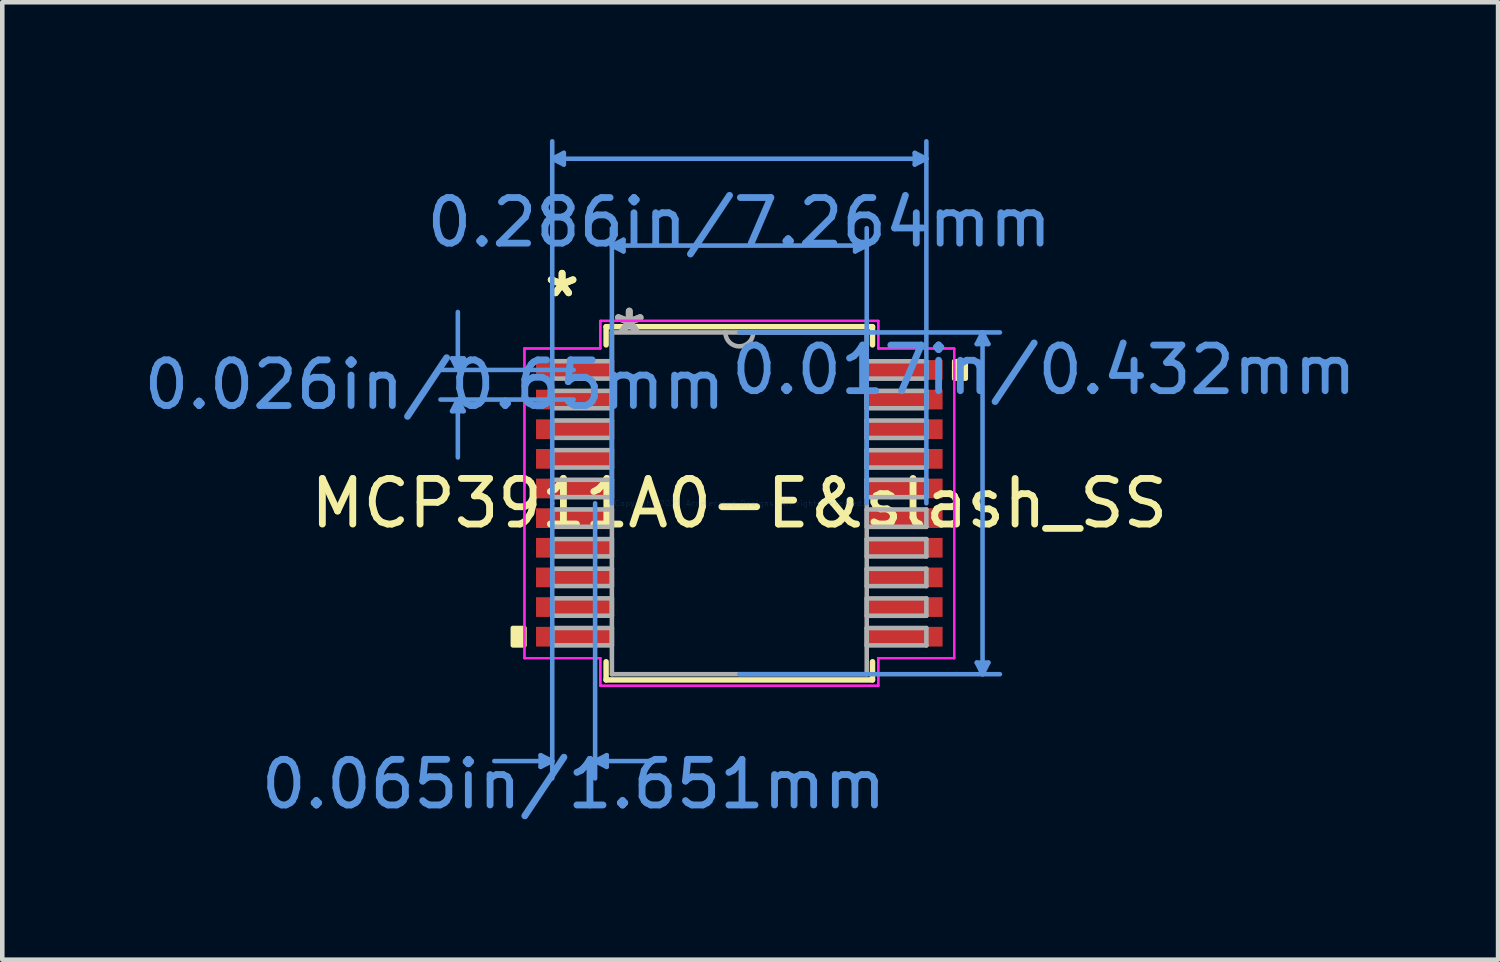
<source format=kicad_pcb>
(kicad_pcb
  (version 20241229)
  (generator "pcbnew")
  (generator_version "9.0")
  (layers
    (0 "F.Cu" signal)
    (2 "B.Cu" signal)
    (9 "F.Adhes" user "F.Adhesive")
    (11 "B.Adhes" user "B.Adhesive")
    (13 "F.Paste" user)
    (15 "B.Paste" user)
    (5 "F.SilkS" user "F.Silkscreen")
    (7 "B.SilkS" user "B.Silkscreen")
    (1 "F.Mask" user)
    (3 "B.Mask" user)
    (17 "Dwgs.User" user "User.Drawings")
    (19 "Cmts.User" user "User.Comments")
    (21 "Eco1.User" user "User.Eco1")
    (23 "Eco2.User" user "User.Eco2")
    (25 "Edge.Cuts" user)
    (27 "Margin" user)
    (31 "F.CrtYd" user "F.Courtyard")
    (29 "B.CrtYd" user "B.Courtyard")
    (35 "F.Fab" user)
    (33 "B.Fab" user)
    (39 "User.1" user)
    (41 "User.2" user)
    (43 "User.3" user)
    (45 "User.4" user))
  (footprint "MCP3911A0-E&slash_SS"
    (layer "F.Cu")
    (at 13.162 7.987)
    (property "Reference" "MCP3911A0-E&slash_SS" (at 0 0 0) (layer "F.SilkS") (effects (font (size 1 1) (thickness 0.15))))
    (attr through_hole)
    (fp_line (start -2.921 -3.873) (end -2.921 -3.474) (stroke (width 0.12) (type solid)) (layer "F.SilkS"))
    (fp_line (start -2.921 3.474) (end -2.921 3.873) (stroke (width 0.12) (type solid)) (layer "F.SilkS"))
    (fp_line (start -2.921 3.873) (end 2.921 3.873) (stroke (width 0.12) (type solid)) (layer "F.SilkS"))
    (fp_line (start 2.921 -3.873) (end -2.921 -3.873) (stroke (width 0.12) (type solid)) (layer "F.SilkS"))
    (fp_line (start 2.921 -3.474) (end 2.921 -3.873) (stroke (width 0.12) (type solid)) (layer "F.SilkS"))
    (fp_line (start 2.921 3.873) (end 2.921 3.474) (stroke (width 0.12) (type solid)) (layer "F.SilkS"))
    (fp_poly (pts (xy -4.966 2.734) (xy -4.966 3.115) (xy -4.712 3.115) (xy -4.712 2.734)) (stroke (width 0.1) (type solid)) (fill yes) (layer "F.SilkS"))
    (fp_poly (pts (xy 4.966 -3.115) (xy 4.966 -2.734) (xy 4.712 -2.734) (xy 4.712 -3.115)) (stroke (width 0.1) (type solid)) (fill yes) (layer "F.SilkS"))
    (fp_line (start -6.299 -3.179) (end -6.045 -3.179) (stroke (width 0.1) (type solid)) (layer "Cmts.User"))
    (fp_line (start -6.299 -2.021) (end -6.045 -2.021) (stroke (width 0.1) (type solid)) (layer "Cmts.User"))
    (fp_line (start -6.172 -2.925) (end -6.299 -3.179) (stroke (width 0.1) (type solid)) (layer "Cmts.User"))
    (fp_line (start -6.172 -2.925) (end -6.172 -4.195) (stroke (width 0.1) (type solid)) (layer "Cmts.User"))
    (fp_line (start -6.172 -2.925) (end -6.045 -3.179) (stroke (width 0.1) (type solid)) (layer "Cmts.User"))
    (fp_line (start -6.172 -2.275) (end -6.299 -2.021) (stroke (width 0.1) (type solid)) (layer "Cmts.User"))
    (fp_line (start -6.172 -2.275) (end -6.172 -1.005) (stroke (width 0.1) (type solid)) (layer "Cmts.User"))
    (fp_line (start -6.172 -2.275) (end -6.045 -2.021) (stroke (width 0.1) (type solid)) (layer "Cmts.User"))
    (fp_line (start -4.356 5.524) (end -4.356 5.779) (stroke (width 0.1) (type solid)) (layer "Cmts.User"))
    (fp_line (start -4.102 -7.556) (end -3.848 -7.684) (stroke (width 0.1) (type solid)) (layer "Cmts.User"))
    (fp_line (start -4.102 -7.556) (end -3.848 -7.429) (stroke (width 0.1) (type solid)) (layer "Cmts.User"))
    (fp_line (start -4.102 -7.556) (end 4.102 -7.556) (stroke (width 0.1) (type solid)) (layer "Cmts.User"))
    (fp_line (start -4.102 0) (end -4.102 -7.938) (stroke (width 0.1) (type solid)) (layer "Cmts.User"))
    (fp_line (start -4.102 0) (end -4.102 6.032) (stroke (width 0.1) (type solid)) (layer "Cmts.User"))
    (fp_line (start -4.102 5.652) (end -5.372 5.652) (stroke (width 0.1) (type solid)) (layer "Cmts.User"))
    (fp_line (start -4.102 5.652) (end -4.356 5.524) (stroke (width 0.1) (type solid)) (layer "Cmts.User"))
    (fp_line (start -4.102 5.652) (end -4.356 5.779) (stroke (width 0.1) (type solid)) (layer "Cmts.User"))
    (fp_line (start -3.848 -7.684) (end -3.848 -7.429) (stroke (width 0.1) (type solid)) (layer "Cmts.User"))
    (fp_line (start -3.632 -2.925) (end -6.553 -2.925) (stroke (width 0.1) (type solid)) (layer "Cmts.User"))
    (fp_line (start -3.632 -2.275) (end -6.553 -2.275) (stroke (width 0.1) (type solid)) (layer "Cmts.User"))
    (fp_line (start -3.162 0) (end -3.162 6.032) (stroke (width 0.1) (type solid)) (layer "Cmts.User"))
    (fp_line (start -3.162 5.652) (end -2.908 5.524) (stroke (width 0.1) (type solid)) (layer "Cmts.User"))
    (fp_line (start -3.162 5.652) (end -2.908 5.779) (stroke (width 0.1) (type solid)) (layer "Cmts.User"))
    (fp_line (start -3.162 5.652) (end -1.892 5.652) (stroke (width 0.1) (type solid)) (layer "Cmts.User"))
    (fp_line (start -2.908 5.524) (end -2.908 5.779) (stroke (width 0.1) (type solid)) (layer "Cmts.User"))
    (fp_line (start -2.794 -5.652) (end -2.54 -5.779) (stroke (width 0.1) (type solid)) (layer "Cmts.User"))
    (fp_line (start -2.794 -5.652) (end -2.54 -5.524) (stroke (width 0.1) (type solid)) (layer "Cmts.User"))
    (fp_line (start -2.794 -5.652) (end 2.794 -5.652) (stroke (width 0.1) (type solid)) (layer "Cmts.User"))
    (fp_line (start -2.794 0) (end -2.794 -6.032) (stroke (width 0.1) (type solid)) (layer "Cmts.User"))
    (fp_line (start -2.54 -5.779) (end -2.54 -5.524) (stroke (width 0.1) (type solid)) (layer "Cmts.User"))
    (fp_line (start 0 -3.747) (end 5.715 -3.747) (stroke (width 0.1) (type solid)) (layer "Cmts.User"))
    (fp_line (start 0 3.747) (end 5.715 3.747) (stroke (width 0.1) (type solid)) (layer "Cmts.User"))
    (fp_line (start 2.54 -5.779) (end 2.54 -5.524) (stroke (width 0.1) (type solid)) (layer "Cmts.User"))
    (fp_line (start 2.794 -5.652) (end 2.54 -5.779) (stroke (width 0.1) (type solid)) (layer "Cmts.User"))
    (fp_line (start 2.794 -5.652) (end 2.54 -5.524) (stroke (width 0.1) (type solid)) (layer "Cmts.User"))
    (fp_line (start 2.794 0) (end 2.794 -6.032) (stroke (width 0.1) (type solid)) (layer "Cmts.User"))
    (fp_line (start 3.848 -7.684) (end 3.848 -7.429) (stroke (width 0.1) (type solid)) (layer "Cmts.User"))
    (fp_line (start 4.102 -7.556) (end 3.848 -7.684) (stroke (width 0.1) (type solid)) (layer "Cmts.User"))
    (fp_line (start 4.102 -7.556) (end 3.848 -7.429) (stroke (width 0.1) (type solid)) (layer "Cmts.User"))
    (fp_line (start 4.102 0) (end 4.102 -7.938) (stroke (width 0.1) (type solid)) (layer "Cmts.User"))
    (fp_line (start 5.207 -3.493) (end 5.461 -3.493) (stroke (width 0.1) (type solid)) (layer "Cmts.User"))
    (fp_line (start 5.207 3.493) (end 5.461 3.493) (stroke (width 0.1) (type solid)) (layer "Cmts.User"))
    (fp_line (start 5.334 -3.747) (end 5.207 -3.493) (stroke (width 0.1) (type solid)) (layer "Cmts.User"))
    (fp_line (start 5.334 -3.747) (end 5.334 3.747) (stroke (width 0.1) (type solid)) (layer "Cmts.User"))
    (fp_line (start 5.334 -3.747) (end 5.461 -3.493) (stroke (width 0.1) (type solid)) (layer "Cmts.User"))
    (fp_line (start 5.334 3.747) (end 5.207 3.493) (stroke (width 0.1) (type solid)) (layer "Cmts.User"))
    (fp_line (start 5.334 3.747) (end 5.461 3.493) (stroke (width 0.1) (type solid)) (layer "Cmts.User"))
    (fp_line (start -4.712 -3.395) (end -3.048 -3.395) (stroke (width 0.05) (type solid)) (layer "F.CrtYd"))
    (fp_line (start -4.712 -3.395) (end -3.048 -3.395) (stroke (width 0.05) (type solid)) (layer "F.CrtYd"))
    (fp_line (start -4.712 3.395) (end -4.712 -3.395) (stroke (width 0.05) (type solid)) (layer "F.CrtYd"))
    (fp_line (start -4.712 3.395) (end -4.712 -3.395) (stroke (width 0.05) (type solid)) (layer "F.CrtYd"))
    (fp_line (start -4.712 3.395) (end -3.048 3.395) (stroke (width 0.05) (type solid)) (layer "F.CrtYd"))
    (fp_line (start -3.048 -4) (end 3.048 -4) (stroke (width 0.05) (type solid)) (layer "F.CrtYd"))
    (fp_line (start -3.048 -4) (end 3.048 -4) (stroke (width 0.05) (type solid)) (layer "F.CrtYd"))
    (fp_line (start -3.048 -3.395) (end -3.048 -4) (stroke (width 0.05) (type solid)) (layer "F.CrtYd"))
    (fp_line (start -3.048 -3.395) (end -3.048 -4) (stroke (width 0.05) (type solid)) (layer "F.CrtYd"))
    (fp_line (start -3.048 3.395) (end -4.712 3.395) (stroke (width 0.05) (type solid)) (layer "F.CrtYd"))
    (fp_line (start -3.048 4) (end -3.048 3.395) (stroke (width 0.05) (type solid)) (layer "F.CrtYd"))
    (fp_line (start -3.048 4) (end -3.048 3.395) (stroke (width 0.05) (type solid)) (layer "F.CrtYd"))
    (fp_line (start 3.048 -4) (end 3.048 -3.395) (stroke (width 0.05) (type solid)) (layer "F.CrtYd"))
    (fp_line (start 3.048 -4) (end 3.048 -3.395) (stroke (width 0.05) (type solid)) (layer "F.CrtYd"))
    (fp_line (start 3.048 -3.395) (end 4.712 -3.395) (stroke (width 0.05) (type solid)) (layer "F.CrtYd"))
    (fp_line (start 3.048 3.395) (end 3.048 4) (stroke (width 0.05) (type solid)) (layer "F.CrtYd"))
    (fp_line (start 3.048 3.395) (end 3.048 4) (stroke (width 0.05) (type solid)) (layer "F.CrtYd"))
    (fp_line (start 3.048 4) (end -3.048 4) (stroke (width 0.05) (type solid)) (layer "F.CrtYd"))
    (fp_line (start 3.048 4) (end -3.048 4) (stroke (width 0.05) (type solid)) (layer "F.CrtYd"))
    (fp_line (start 4.712 -3.395) (end 3.048 -3.395) (stroke (width 0.05) (type solid)) (layer "F.CrtYd"))
    (fp_line (start 4.712 -3.395) (end 4.712 3.395) (stroke (width 0.05) (type solid)) (layer "F.CrtYd"))
    (fp_line (start 4.712 -3.395) (end 4.712 3.395) (stroke (width 0.05) (type solid)) (layer "F.CrtYd"))
    (fp_line (start 4.712 3.395) (end 3.048 3.395) (stroke (width 0.05) (type solid)) (layer "F.CrtYd"))
    (fp_line (start 4.712 3.395) (end 3.048 3.395) (stroke (width 0.05) (type solid)) (layer "F.CrtYd"))
    (fp_line (start -4.102 -3.116) (end -4.102 -2.735) (stroke (width 0.1) (type solid)) (layer "F.Fab"))
    (fp_line (start -4.102 -2.735) (end -2.794 -2.735) (stroke (width 0.1) (type solid)) (layer "F.Fab"))
    (fp_line (start -4.102 -2.466) (end -4.102 -2.084) (stroke (width 0.1) (type solid)) (layer "F.Fab"))
    (fp_line (start -4.102 -2.084) (end -2.794 -2.084) (stroke (width 0.1) (type solid)) (layer "F.Fab"))
    (fp_line (start -4.102 -1.816) (end -4.102 -1.435) (stroke (width 0.1) (type solid)) (layer "F.Fab"))
    (fp_line (start -4.102 -1.435) (end -2.794 -1.435) (stroke (width 0.1) (type solid)) (layer "F.Fab"))
    (fp_line (start -4.102 -1.166) (end -4.102 -0.785) (stroke (width 0.1) (type solid)) (layer "F.Fab"))
    (fp_line (start -4.102 -0.785) (end -2.794 -0.785) (stroke (width 0.1) (type solid)) (layer "F.Fab"))
    (fp_line (start -4.102 -0.516) (end -4.102 -0.135) (stroke (width 0.1) (type solid)) (layer "F.Fab"))
    (fp_line (start -4.102 -0.135) (end -2.794 -0.135) (stroke (width 0.1) (type solid)) (layer "F.Fab"))
    (fp_line (start -4.102 0.134) (end -4.102 0.515) (stroke (width 0.1) (type solid)) (layer "F.Fab"))
    (fp_line (start -4.102 0.515) (end -2.794 0.515) (stroke (width 0.1) (type solid)) (layer "F.Fab"))
    (fp_line (start -4.102 0.784) (end -4.102 1.165) (stroke (width 0.1) (type solid)) (layer "F.Fab"))
    (fp_line (start -4.102 1.165) (end -2.794 1.165) (stroke (width 0.1) (type solid)) (layer "F.Fab"))
    (fp_line (start -4.102 1.434) (end -4.102 1.815) (stroke (width 0.1) (type solid)) (layer "F.Fab"))
    (fp_line (start -4.102 1.815) (end -2.794 1.815) (stroke (width 0.1) (type solid)) (layer "F.Fab"))
    (fp_line (start -4.102 2.084) (end -4.102 2.465) (stroke (width 0.1) (type solid)) (layer "F.Fab"))
    (fp_line (start -4.102 2.465) (end -2.794 2.465) (stroke (width 0.1) (type solid)) (layer "F.Fab"))
    (fp_line (start -4.102 2.734) (end -4.102 3.115) (stroke (width 0.1) (type solid)) (layer "F.Fab"))
    (fp_line (start -4.102 3.115) (end -2.794 3.115) (stroke (width 0.1) (type solid)) (layer "F.Fab"))
    (fp_line (start -2.794 -3.747) (end -2.794 3.747) (stroke (width 0.1) (type solid)) (layer "F.Fab"))
    (fp_line (start -2.794 -3.116) (end -4.102 -3.116) (stroke (width 0.1) (type solid)) (layer "F.Fab"))
    (fp_line (start -2.794 -2.735) (end -2.794 -3.116) (stroke (width 0.1) (type solid)) (layer "F.Fab"))
    (fp_line (start -2.794 -2.466) (end -4.102 -2.466) (stroke (width 0.1) (type solid)) (layer "F.Fab"))
    (fp_line (start -2.794 -2.084) (end -2.794 -2.466) (stroke (width 0.1) (type solid)) (layer "F.Fab"))
    (fp_line (start -2.794 -1.816) (end -4.102 -1.816) (stroke (width 0.1) (type solid)) (layer "F.Fab"))
    (fp_line (start -2.794 -1.435) (end -2.794 -1.816) (stroke (width 0.1) (type solid)) (layer "F.Fab"))
    (fp_line (start -2.794 -1.166) (end -4.102 -1.166) (stroke (width 0.1) (type solid)) (layer "F.Fab"))
    (fp_line (start -2.794 -0.785) (end -2.794 -1.166) (stroke (width 0.1) (type solid)) (layer "F.Fab"))
    (fp_line (start -2.794 -0.516) (end -4.102 -0.516) (stroke (width 0.1) (type solid)) (layer "F.Fab"))
    (fp_line (start -2.794 -0.135) (end -2.794 -0.516) (stroke (width 0.1) (type solid)) (layer "F.Fab"))
    (fp_line (start -2.794 0.134) (end -4.102 0.134) (stroke (width 0.1) (type solid)) (layer "F.Fab"))
    (fp_line (start -2.794 0.515) (end -2.794 0.134) (stroke (width 0.1) (type solid)) (layer "F.Fab"))
    (fp_line (start -2.794 0.784) (end -4.102 0.784) (stroke (width 0.1) (type solid)) (layer "F.Fab"))
    (fp_line (start -2.794 1.165) (end -2.794 0.784) (stroke (width 0.1) (type solid)) (layer "F.Fab"))
    (fp_line (start -2.794 1.434) (end -4.102 1.434) (stroke (width 0.1) (type solid)) (layer "F.Fab"))
    (fp_line (start -2.794 1.815) (end -2.794 1.434) (stroke (width 0.1) (type solid)) (layer "F.Fab"))
    (fp_line (start -2.794 2.084) (end -4.102 2.084) (stroke (width 0.1) (type solid)) (layer "F.Fab"))
    (fp_line (start -2.794 2.465) (end -2.794 2.084) (stroke (width 0.1) (type solid)) (layer "F.Fab"))
    (fp_line (start -2.794 2.734) (end -4.102 2.734) (stroke (width 0.1) (type solid)) (layer "F.Fab"))
    (fp_line (start -2.794 3.115) (end -2.794 2.734) (stroke (width 0.1) (type solid)) (layer "F.Fab"))
    (fp_line (start -2.794 3.747) (end 2.794 3.747) (stroke (width 0.1) (type solid)) (layer "F.Fab"))
    (fp_line (start 2.794 -3.747) (end -2.794 -3.747) (stroke (width 0.1) (type solid)) (layer "F.Fab"))
    (fp_line (start 2.794 -3.115) (end 2.794 -2.734) (stroke (width 0.1) (type solid)) (layer "F.Fab"))
    (fp_line (start 2.794 -2.734) (end 4.102 -2.734) (stroke (width 0.1) (type solid)) (layer "F.Fab"))
    (fp_line (start 2.794 -2.465) (end 2.794 -2.084) (stroke (width 0.1) (type solid)) (layer "F.Fab"))
    (fp_line (start 2.794 -2.084) (end 4.102 -2.084) (stroke (width 0.1) (type solid)) (layer "F.Fab"))
    (fp_line (start 2.794 -1.815) (end 2.794 -1.434) (stroke (width 0.1) (type solid)) (layer "F.Fab"))
    (fp_line (start 2.794 -1.434) (end 4.102 -1.434) (stroke (width 0.1) (type solid)) (layer "F.Fab"))
    (fp_line (start 2.794 -1.165) (end 2.794 -0.784) (stroke (width 0.1) (type solid)) (layer "F.Fab"))
    (fp_line (start 2.794 -0.784) (end 4.102 -0.784) (stroke (width 0.1) (type solid)) (layer "F.Fab"))
    (fp_line (start 2.794 -0.515) (end 2.794 -0.134) (stroke (width 0.1) (type solid)) (layer "F.Fab"))
    (fp_line (start 2.794 -0.134) (end 4.102 -0.134) (stroke (width 0.1) (type solid)) (layer "F.Fab"))
    (fp_line (start 2.794 0.135) (end 2.794 0.516) (stroke (width 0.1) (type solid)) (layer "F.Fab"))
    (fp_line (start 2.794 0.516) (end 4.102 0.516) (stroke (width 0.1) (type solid)) (layer "F.Fab"))
    (fp_line (start 2.794 0.785) (end 2.794 1.166) (stroke (width 0.1) (type solid)) (layer "F.Fab"))
    (fp_line (start 2.794 1.166) (end 4.102 1.166) (stroke (width 0.1) (type solid)) (layer "F.Fab"))
    (fp_line (start 2.794 1.435) (end 2.794 1.816) (stroke (width 0.1) (type solid)) (layer "F.Fab"))
    (fp_line (start 2.794 1.816) (end 4.102 1.816) (stroke (width 0.1) (type solid)) (layer "F.Fab"))
    (fp_line (start 2.794 2.085) (end 2.794 2.466) (stroke (width 0.1) (type solid)) (layer "F.Fab"))
    (fp_line (start 2.794 2.466) (end 4.102 2.466) (stroke (width 0.1) (type solid)) (layer "F.Fab"))
    (fp_line (start 2.794 2.735) (end 2.794 3.116) (stroke (width 0.1) (type solid)) (layer "F.Fab"))
    (fp_line (start 2.794 3.116) (end 4.102 3.116) (stroke (width 0.1) (type solid)) (layer "F.Fab"))
    (fp_line (start 2.794 3.747) (end 2.794 -3.747) (stroke (width 0.1) (type solid)) (layer "F.Fab"))
    (fp_line (start 4.102 -3.115) (end 2.794 -3.115) (stroke (width 0.1) (type solid)) (layer "F.Fab"))
    (fp_line (start 4.102 -2.734) (end 4.102 -3.115) (stroke (width 0.1) (type solid)) (layer "F.Fab"))
    (fp_line (start 4.102 -2.465) (end 2.794 -2.465) (stroke (width 0.1) (type solid)) (layer "F.Fab"))
    (fp_line (start 4.102 -2.084) (end 4.102 -2.465) (stroke (width 0.1) (type solid)) (layer "F.Fab"))
    (fp_line (start 4.102 -1.815) (end 2.794 -1.815) (stroke (width 0.1) (type solid)) (layer "F.Fab"))
    (fp_line (start 4.102 -1.434) (end 4.102 -1.815) (stroke (width 0.1) (type solid)) (layer "F.Fab"))
    (fp_line (start 4.102 -1.165) (end 2.794 -1.165) (stroke (width 0.1) (type solid)) (layer "F.Fab"))
    (fp_line (start 4.102 -0.784) (end 4.102 -1.165) (stroke (width 0.1) (type solid)) (layer "F.Fab"))
    (fp_line (start 4.102 -0.515) (end 2.794 -0.515) (stroke (width 0.1) (type solid)) (layer "F.Fab"))
    (fp_line (start 4.102 -0.134) (end 4.102 -0.515) (stroke (width 0.1) (type solid)) (layer "F.Fab"))
    (fp_line (start 4.102 0.135) (end 2.794 0.135) (stroke (width 0.1) (type solid)) (layer "F.Fab"))
    (fp_line (start 4.102 0.516) (end 4.102 0.135) (stroke (width 0.1) (type solid)) (layer "F.Fab"))
    (fp_line (start 4.102 0.785) (end 2.794 0.785) (stroke (width 0.1) (type solid)) (layer "F.Fab"))
    (fp_line (start 4.102 1.166) (end 4.102 0.785) (stroke (width 0.1) (type solid)) (layer "F.Fab"))
    (fp_line (start 4.102 1.435) (end 2.794 1.435) (stroke (width 0.1) (type solid)) (layer "F.Fab"))
    (fp_line (start 4.102 1.816) (end 4.102 1.435) (stroke (width 0.1) (type solid)) (layer "F.Fab"))
    (fp_line (start 4.102 2.085) (end 2.794 2.085) (stroke (width 0.1) (type solid)) (layer "F.Fab"))
    (fp_line (start 4.102 2.466) (end 4.102 2.085) (stroke (width 0.1) (type solid)) (layer "F.Fab"))
    (fp_line (start 4.102 2.735) (end 2.794 2.735) (stroke (width 0.1) (type solid)) (layer "F.Fab"))
    (fp_line (start 4.102 3.116) (end 4.102 2.735) (stroke (width 0.1) (type solid)) (layer "F.Fab"))
    (fp_arc (start 0.3048 -3.7465) (mid 0 -3.4417) (end -0.3048 -3.7465) (stroke (width 0.1) (type solid)) (layer "F.Fab"))
    (fp_text user "*" (at -3.886 -4.5 0) (layer "F.SilkS") (effects (font (size 1 1) (thickness 0.15))))
    (fp_text user "*" (at -3.886 -4.5 0) (layer "F.SilkS") (effects (font (size 1 1) (thickness 0.15))))
    (fp_text user "0.065in/1.651mm" (at -3.632 6.16 0) (layer "Cmts.User") (effects (font (size 1 1) (thickness 0.15))))
    (fp_text user "Copyright 2021 Accelerated Designs. All rights reserved." (at 0 0 0) (layer "Cmts.User") (effects (font (size 0.127 0.127) (thickness 0.002))))
    (fp_text user "0.286in/7.264mm" (at 0 -6.16 0) (layer "Cmts.User") (effects (font (size 1 1) (thickness 0.15))))
    (fp_text user "0.017in/0.432mm" (at 6.68 -2.925 0) (layer "Cmts.User") (effects (font (size 1 1) (thickness 0.15))))
    (fp_text user "0.026in/0.65mm" (at -6.68 -2.6 0) (layer "Cmts.User") (effects (font (size 1 1) (thickness 0.15))))
    (fp_text user "*" (at -2.413 -3.67 0) (layer "F.Fab") (effects (font (size 1 1) (thickness 0.15))))
    (fp_text user "*" (at -2.413 -3.67 0) (layer "F.Fab") (effects (font (size 1 1) (thickness 0.15))))
    (pad "1" smd rect (at -3.632 -2.925) (size 1.651 0.432) (layers "F.Cu" "F.Mask" "F.Paste"))
    (pad "2" smd rect (at -3.632 -2.275) (size 1.651 0.432) (layers "F.Cu" "F.Mask" "F.Paste"))
    (pad "3" smd rect (at -3.632 -1.625) (size 1.651 0.432) (layers "F.Cu" "F.Mask" "F.Paste"))
    (pad "4" smd rect (at -3.632 -0.975) (size 1.651 0.432) (layers "F.Cu" "F.Mask" "F.Paste"))
    (pad "5" smd rect (at -3.632 -0.325) (size 1.651 0.432) (layers "F.Cu" "F.Mask" "F.Paste"))
    (pad "6" smd rect (at -3.632 0.325) (size 1.651 0.432) (layers "F.Cu" "F.Mask" "F.Paste"))
    (pad "7" smd rect (at -3.632 0.975) (size 1.651 0.432) (layers "F.Cu" "F.Mask" "F.Paste"))
    (pad "8" smd rect (at -3.632 1.625) (size 1.651 0.432) (layers "F.Cu" "F.Mask" "F.Paste"))
    (pad "9" smd rect (at -3.632 2.275) (size 1.651 0.432) (layers "F.Cu" "F.Mask" "F.Paste"))
    (pad "10" smd rect (at -3.632 2.925) (size 1.651 0.432) (layers "F.Cu" "F.Mask" "F.Paste"))
    (pad "11" smd rect (at 3.632 2.925) (size 1.651 0.432) (layers "F.Cu" "F.Mask" "F.Paste"))
    (pad "12" smd rect (at 3.632 2.275) (size 1.651 0.432) (layers "F.Cu" "F.Mask" "F.Paste"))
    (pad "13" smd rect (at 3.632 1.625) (size 1.651 0.432) (layers "F.Cu" "F.Mask" "F.Paste"))
    (pad "14" smd rect (at 3.632 0.975) (size 1.651 0.432) (layers "F.Cu" "F.Mask" "F.Paste"))
    (pad "15" smd rect (at 3.632 0.325) (size 1.651 0.432) (layers "F.Cu" "F.Mask" "F.Paste"))
    (pad "16" smd rect (at 3.632 -0.325) (size 1.651 0.432) (layers "F.Cu" "F.Mask" "F.Paste"))
    (pad "17" smd rect (at 3.632 -0.975) (size 1.651 0.432) (layers "F.Cu" "F.Mask" "F.Paste"))
    (pad "18" smd rect (at 3.632 -1.625) (size 1.651 0.432) (layers "F.Cu" "F.Mask" "F.Paste"))
    (pad "19" smd rect (at 3.632 -2.275) (size 1.651 0.432) (layers "F.Cu" "F.Mask" "F.Paste"))
    (pad "20" smd rect (at 3.632 -2.925) (size 1.651 0.432) (layers "F.Cu" "F.Mask" "F.Paste")))
  (gr_rect
    (start -3 -3)
    (end 29.801 17.995)
    (stroke (width 0.1) (type default))
    (fill no)
    (layer "Edge.Cuts")))
</source>
